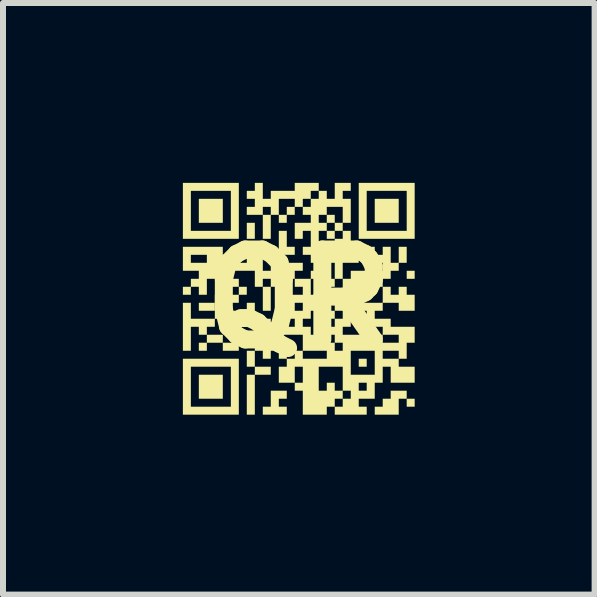
<source format=kicad_pcb>
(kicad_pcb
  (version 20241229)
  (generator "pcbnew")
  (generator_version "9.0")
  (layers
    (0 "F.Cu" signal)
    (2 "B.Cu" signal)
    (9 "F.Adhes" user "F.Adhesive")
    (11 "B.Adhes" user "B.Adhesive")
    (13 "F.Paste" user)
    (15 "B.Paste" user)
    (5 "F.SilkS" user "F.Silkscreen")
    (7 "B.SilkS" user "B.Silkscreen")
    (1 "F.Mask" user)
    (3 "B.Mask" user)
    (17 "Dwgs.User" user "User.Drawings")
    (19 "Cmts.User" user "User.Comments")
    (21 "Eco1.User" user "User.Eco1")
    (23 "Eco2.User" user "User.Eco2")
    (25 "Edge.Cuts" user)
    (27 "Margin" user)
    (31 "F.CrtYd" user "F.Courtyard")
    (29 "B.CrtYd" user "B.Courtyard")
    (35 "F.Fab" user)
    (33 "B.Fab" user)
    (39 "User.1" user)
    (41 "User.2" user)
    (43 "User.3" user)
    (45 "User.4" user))
  (footprint "QR"
    (layer "F.Cu")
    (at 1.933 1.933)
    (property "Reference" "QR" (at 0 0 0) (layer "F.SilkS") (effects (font (size 1.5 1.5) (thickness 0.3))))
    (attr board_only exclude_from_pos_files exclude_from_bom)
    (fp_poly (pts (xy -1.267 -1.467) (xy -1.267 -1.267) (xy -1.467 -1.267) (xy -1.667 -1.267) (xy -1.667 -1.467) (xy -1.667 -1.667) (xy -1.467 -1.667) (xy -1.267 -1.667)) (stroke (width 0) (type solid)) (fill yes) (layer "F.SilkS"))
    (fp_poly (pts (xy -1.267 1.467) (xy -1.267 1.667) (xy -1.467 1.667) (xy -1.667 1.667) (xy -1.667 1.467) (xy -1.667 1.267) (xy -1.467 1.267) (xy -1.267 1.267)) (stroke (width 0) (type solid)) (fill yes) (layer "F.SilkS"))
    (fp_poly (pts (xy -1 -0.267) (xy -1 -0.2) (xy -1.067 -0.2) (xy -1.133 -0.2) (xy -1.133 -0.267) (xy -1.133 -0.333) (xy -1.067 -0.333) (xy -1 -0.333)) (stroke (width 0) (type solid)) (fill yes) (layer "F.SilkS"))
    (fp_poly (pts (xy -1 0.267) (xy -1 0.333) (xy -1.067 0.333) (xy -1.133 0.333) (xy -1.133 0.267) (xy -1.133 0.2) (xy -1.067 0.2) (xy -1 0.2)) (stroke (width 0) (type solid)) (fill yes) (layer "F.SilkS"))
    (fp_poly (pts (xy -1 0.8) (xy -1 0.867) (xy -1.133 0.867) (xy -1.267 0.867) (xy -1.267 0.8) (xy -1.267 0.733) (xy -1.133 0.733) (xy -1 0.733)) (stroke (width 0) (type solid)) (fill yes) (layer "F.SilkS"))
    (fp_poly (pts (xy -0.733 -1.133) (xy -0.733 -1) (xy -0.8 -1) (xy -0.867 -1) (xy -0.867 -1.133) (xy -0.867 -1.267) (xy -0.8 -1.267) (xy -0.733 -1.267)) (stroke (width 0) (type solid)) (fill yes) (layer "F.SilkS"))
    (fp_poly (pts (xy -0.733 0.133) (xy -0.733 0.2) (xy -0.8 0.2) (xy -0.867 0.2) (xy -0.867 0.133) (xy -0.867 0.067) (xy -0.8 0.067) (xy -0.733 0.067)) (stroke (width 0) (type solid)) (fill yes) (layer "F.SilkS"))
    (fp_poly (pts (xy -0.467 0) (xy -0.467 0.2) (xy -0.533 0.2) (xy -0.6 0.2) (xy -0.6 0) (xy -0.6 -0.2) (xy -0.533 -0.2) (xy -0.467 -0.2)) (stroke (width 0) (type solid)) (fill yes) (layer "F.SilkS"))
    (fp_poly (pts (xy -0.2 -0.133) (xy -0.2 -0.067) (xy -0.267 -0.067) (xy -0.333 -0.067) (xy -0.333 -0.133) (xy -0.333 -0.2) (xy -0.267 -0.2) (xy -0.2 -0.2)) (stroke (width 0) (type solid)) (fill yes) (layer "F.SilkS"))
    (fp_poly (pts (xy -0.067 0.8) (xy -0.067 0.867) (xy -0.133 0.867) (xy -0.2 0.867) (xy -0.2 0.8) (xy -0.2 0.733) (xy -0.133 0.733) (xy -0.067 0.733)) (stroke (width 0) (type solid)) (fill yes) (layer "F.SilkS"))
    (fp_poly (pts (xy 0.6 -1.333) (xy 0.6 -1.267) (xy 0.533 -1.267) (xy 0.467 -1.267) (xy 0.467 -1.333) (xy 0.467 -1.4) (xy 0.533 -1.4) (xy 0.6 -1.4)) (stroke (width 0) (type solid)) (fill yes) (layer "F.SilkS"))
    (fp_poly (pts (xy 0.6 -1.067) (xy 0.6 -1) (xy 0.533 -1) (xy 0.467 -1) (xy 0.467 -1.067) (xy 0.467 -1.133) (xy 0.533 -1.133) (xy 0.6 -1.133)) (stroke (width 0) (type solid)) (fill yes) (layer "F.SilkS"))
    (fp_poly (pts (xy 0.6 -0.267) (xy 0.6 -0.2) (xy 0.533 -0.2) (xy 0.467 -0.2) (xy 0.467 -0.267) (xy 0.467 -0.333) (xy 0.533 -0.333) (xy 0.6 -0.333)) (stroke (width 0) (type solid)) (fill yes) (layer "F.SilkS"))
    (fp_poly (pts (xy 0.6 0.267) (xy 0.6 0.333) (xy 0.533 0.333) (xy 0.467 0.333) (xy 0.467 0.267) (xy 0.467 0.2) (xy 0.533 0.2) (xy 0.6 0.2)) (stroke (width 0) (type solid)) (fill yes) (layer "F.SilkS"))
    (fp_poly (pts (xy 1.133 1.067) (xy 1.133 1.133) (xy 1.067 1.133) (xy 1 1.133) (xy 1 1.067) (xy 1 1) (xy 1.067 1) (xy 1.133 1)) (stroke (width 0) (type solid)) (fill yes) (layer "F.SilkS"))
    (fp_poly (pts (xy 1.667 -1.467) (xy 1.667 -1.267) (xy 1.467 -1.267) (xy 1.267 -1.267) (xy 1.267 -1.467) (xy 1.267 -1.667) (xy 1.467 -1.667) (xy 1.667 -1.667)) (stroke (width 0) (type solid)) (fill yes) (layer "F.SilkS"))
    (fp_poly (pts (xy 1.933 -0.4) (xy 1.933 -0.333) (xy 1.867 -0.333) (xy 1.8 -0.333) (xy 1.8 -0.4) (xy 1.8 -0.467) (xy 1.867 -0.467) (xy 1.933 -0.467)) (stroke (width 0) (type solid)) (fill yes) (layer "F.SilkS"))
    (fp_poly (pts (xy 1.933 1.733) (xy 1.933 1.8) (xy 1.867 1.8) (xy 1.8 1.8) (xy 1.8 1.733) (xy 1.8 1.667) (xy 1.867 1.667) (xy 1.933 1.667)) (stroke (width 0) (type solid)) (fill yes) (layer "F.SilkS"))
    (fp_poly (pts (xy -0.2 -1) (xy -0.2 -0.867) (xy -0.133 -0.867) (xy -0.067 -0.867) (xy -0.067 -0.8) (xy -0.067 -0.733) (xy -0.2 -0.733) (xy -0.333 -0.733) (xy -0.333 -0.933) (xy -0.333 -1.133) (xy -0.267 -1.133) (xy -0.2 -1.133)) (stroke (width 0) (type solid)) (fill yes) (layer "F.SilkS"))
    (fp_poly (pts (xy -1.267 0.667) (xy -1.267 0.733) (xy -1.4 0.733) (xy -1.533 0.733) (xy -1.533 0.8) (xy -1.533 0.867) (xy -1.6 0.867) (xy -1.667 0.867) (xy -1.667 0.8) (xy -1.667 0.733) (xy -1.6 0.733) (xy -1.533 0.733) (xy -1.533 0.667) (xy -1.533 0.6) (xy -1.4 0.6) (xy -1.267 0.6)) (stroke (width 0) (type solid)) (fill yes) (layer "F.SilkS"))
    (fp_poly (pts (xy -0.467 1.2) (xy -0.467 1.267) (xy -0.6 1.267) (xy -0.733 1.267) (xy -0.733 1.6) (xy -0.733 1.933) (xy -0.8 1.933) (xy -0.867 1.933) (xy -0.867 1.6) (xy -0.867 1.267) (xy -0.8 1.267) (xy -0.733 1.267) (xy -0.733 1.2) (xy -0.733 1.133) (xy -0.6 1.133) (xy -0.467 1.133)) (stroke (width 0) (type solid)) (fill yes) (layer "F.SilkS"))
    (fp_poly (pts (xy -1 -1.467) (xy -1 -1) (xy -1.467 -1) (xy -1.933 -1) (xy -1.933 -1.467) (xy -1.8 -1.467) (xy -1.8 -1.133) (xy -1.467 -1.133) (xy -1.133 -1.133) (xy -1.133 -1.467) (xy -1.133 -1.8) (xy -1.467 -1.8) (xy -1.8 -1.8) (xy -1.8 -1.467) (xy -1.933 -1.467) (xy -1.933 -1.933) (xy -1.467 -1.933) (xy -1 -1.933)) (stroke (width 0) (type solid)) (fill yes) (layer "F.SilkS"))
    (fp_poly (pts (xy -1 1.467) (xy -1 1.933) (xy -1.467 1.933) (xy -1.933 1.933) (xy -1.933 1.467) (xy -1.8 1.467) (xy -1.8 1.8) (xy -1.467 1.8) (xy -1.133 1.8) (xy -1.133 1.467) (xy -1.133 1.133) (xy -1.467 1.133) (xy -1.8 1.133) (xy -1.8 1.467) (xy -1.933 1.467) (xy -1.933 1) (xy -1.467 1) (xy -1 1)) (stroke (width 0) (type solid)) (fill yes) (layer "F.SilkS"))
    (fp_poly (pts (xy 1.933 -1.467) (xy 1.933 -1) (xy 1.467 -1) (xy 1 -1) (xy 1 -1.467) (xy 1.133 -1.467) (xy 1.133 -1.133) (xy 1.467 -1.133) (xy 1.8 -1.133) (xy 1.8 -1.467) (xy 1.8 -1.8) (xy 1.467 -1.8) (xy 1.133 -1.8) (xy 1.133 -1.467) (xy 1 -1.467) (xy 1 -1.933) (xy 1.467 -1.933) (xy 1.933 -1.933)) (stroke (width 0) (type solid)) (fill yes) (layer "F.SilkS"))
    (fp_poly (pts (xy -0.2 1.6) (xy -0.2 1.667) (xy -0.267 1.667) (xy -0.333 1.667) (xy -0.333 1.733) (xy -0.333 1.8) (xy -0.267 1.8) (xy -0.2 1.8) (xy -0.2 1.867) (xy -0.2 1.933) (xy -0.4 1.933) (xy -0.6 1.933) (xy -0.6 1.867) (xy -0.6 1.8) (xy -0.533 1.8) (xy -0.467 1.8) (xy -0.467 1.667) (xy -0.467 1.533) (xy -0.333 1.533) (xy -0.2 1.533)) (stroke (width 0) (type solid)) (fill yes) (layer "F.SilkS"))
    (fp_poly (pts (xy 1.8 1.6) (xy 1.8 1.667) (xy 1.733 1.667) (xy 1.667 1.667) (xy 1.667 1.8) (xy 1.667 1.933) (xy 1.467 1.933) (xy 1.267 1.933) (xy 1.267 1.867) (xy 1.267 1.8) (xy 1.333 1.8) (xy 1.4 1.8) (xy 1.4 1.733) (xy 1.4 1.667) (xy 1.467 1.667) (xy 1.533 1.667) (xy 1.533 1.6) (xy 1.533 1.533) (xy 1.667 1.533) (xy 1.8 1.533)) (stroke (width 0) (type solid)) (fill yes) (layer "F.SilkS"))
    (fp_poly (pts (xy -1.8 0.2) (xy -1.8 0.333) (xy -1.6 0.333) (xy -1.4 0.333) (xy -1.4 0.267) (xy -1.4 0.2) (xy -1.333 0.2) (xy -1.267 0.2) (xy -1.267 0.267) (xy -1.267 0.333) (xy -1.333 0.333) (xy -1.4 0.333) (xy -1.4 0.4) (xy -1.4 0.467) (xy -1.467 0.467) (xy -1.533 0.467) (xy -1.533 0.533) (xy -1.533 0.6) (xy -1.6 0.6) (xy -1.667 0.6) (xy -1.667 0.533) (xy -1.667 0.467) (xy -1.733 0.467) (xy -1.8 0.467) (xy -1.8 0.667) (xy -1.8 0.867) (xy -1.867 0.867) (xy -1.933 0.867) (xy -1.933 0.467) (xy -1.933 0.067) (xy -1.867 0.067) (xy -1.8 0.067)) (stroke (width 0) (type solid)) (fill yes) (layer "F.SilkS"))
    (fp_poly (pts (xy -0.867 -0.133) (xy -0.867 -0.067) (xy -0.933 -0.067) (xy -1 -0.067) (xy -1 0) (xy -1 0.067) (xy -1.067 0.067) (xy -1.133 0.067) (xy -1.133 0.133) (xy -1.133 0.2) (xy -1.2 0.2) (xy -1.267 0.2) (xy -1.267 0.133) (xy -1.267 0.067) (xy -1.333 0.067) (xy -1.4 0.067) (xy -1.4 0.133) (xy -1.4 0.2) (xy -1.533 0.2) (xy -1.667 0.2) (xy -1.667 0.133) (xy -1.667 0.067) (xy -1.533 0.067) (xy -1.4 0.067) (xy -1.4 0) (xy -1.4 -0.067) (xy -1.333 -0.067) (xy -1.267 -0.067) (xy -1.267 0) (xy -1.267 0.067) (xy -1.2 0.067) (xy -1.133 0.067) (xy -1.133 0) (xy -1.133 -0.067) (xy -1.067 -0.067) (xy -1 -0.067) (xy -1 -0.133) (xy -1 -0.2) (xy -0.933 -0.2) (xy -0.867 -0.2)) (stroke (width 0) (type solid)) (fill yes) (layer "F.SilkS"))
    (fp_poly (pts (xy -0.6 -1.8) (xy -0.6 -1.667) (xy -0.533 -1.667) (xy -0.467 -1.667) (xy -0.467 -1.733) (xy -0.467 -1.8) (xy -0.267 -1.8) (xy -0.067 -1.8) (xy -0.067 -1.867) (xy -0.067 -1.933) (xy 0.133 -1.933) (xy 0.333 -1.933) (xy 0.333 -1.867) (xy 0.333 -1.8) (xy 0.267 -1.8) (xy 0.2 -1.8) (xy 0.2 -1.733) (xy 0.2 -1.667) (xy 0.133 -1.667) (xy 0.067 -1.667) (xy 0.067 -1.6) (xy 0.067 -1.533) (xy 0.133 -1.533) (xy 0.2 -1.533) (xy 0.2 -1.6) (xy 0.2 -1.667) (xy 0.267 -1.667) (xy 0.333 -1.667) (xy 0.333 -1.733) (xy 0.333 -1.8) (xy 0.4 -1.8) (xy 0.467 -1.8) (xy 0.467 -1.733) (xy 0.467 -1.667) (xy 0.533 -1.667) (xy 0.6 -1.667) (xy 0.6 -1.8) (xy 0.6 -1.933) (xy 0.733 -1.933) (xy 0.867 -1.933) (xy 0.867 -1.867) (xy 0.867 -1.8) (xy 0.8 -1.8) (xy 0.733 -1.8) (xy 0.733 -1.733) (xy 0.733 -1.667) (xy 0.8 -1.667) (xy 0.867 -1.667) (xy 0.867 -1.467) (xy 0.867 -1.267) (xy 0.8 -1.267) (xy 0.733 -1.267) (xy 0.733 -1.2) (xy 0.733 -1.133) (xy 0.667 -1.133) (xy 0.6 -1.133) (xy 0.6 -1.2) (xy 0.6 -1.267) (xy 0.667 -1.267) (xy 0.733 -1.267) (xy 0.733 -1.4) (xy 0.733 -1.533) (xy 0.6 -1.533) (xy 0.467 -1.533) (xy 0.467 -1.467) (xy 0.467 -1.4) (xy 0.4 -1.4) (xy 0.333 -1.4) (xy 0.333 -1.333) (xy 0.333 -1.267) (xy 0.4 -1.267) (xy 0.467 -1.267) (xy 0.467 -1.2) (xy 0.467 -1.133) (xy 0.4 -1.133) (xy 0.333 -1.133) (xy 0.333 -0.867) (xy 0.333 -0.6) (xy 0.4 -0.6) (xy 0.467 -0.6) (xy 0.467 -0.667) (xy 0.467 -0.733) (xy 0.6 -0.733) (xy 0.733 -0.733) (xy 0.733 -0.8) (xy 0.733 -0.867) (xy 0.667 -0.867) (xy 0.6 -0.867) (xy 0.6 -0.933) (xy 0.6 -1) (xy 0.667 -1) (xy 0.733 -1) (xy 0.733 -1.067) (xy 0.733 -1.133) (xy 0.8 -1.133) (xy 0.867 -1.133) (xy 0.867 -1) (xy 0.867 -0.867) (xy 0.933 -0.867) (xy 1 -0.867) (xy 1 -0.733) (xy 1 -0.6) (xy 0.867 -0.6) (xy 0.733 -0.6) (xy 0.733 -0.467) (xy 0.733 -0.333) (xy 0.8 -0.333) (xy 0.867 -0.333) (xy 0.867 -0.4) (xy 0.867 -0.467) (xy 1 -0.467) (xy 1.133 -0.467) (xy 1.133 -0.533) (xy 1.267 -0.533) (xy 1.267 -0.467) (xy 1.333 -0.467) (xy 1.4 -0.467) (xy 1.4 -0.533) (xy 1.4 -0.6) (xy 1.333 -0.6) (xy 1.267 -0.6) (xy 1.267 -0.533) (xy 1.133 -0.533) (xy 1.133 -0.667) (xy 1.133 -0.867) (xy 1.2 -0.867) (xy 1.267 -0.867) (xy 1.267 -0.8) (xy 1.267 -0.733) (xy 1.333 -0.733) (xy 1.4 -0.733) (xy 1.4 -0.8) (xy 1.4 -0.867) (xy 1.467 -0.867) (xy 1.533 -0.867) (xy 1.533 -0.733) (xy 1.533 -0.6) (xy 1.6 -0.6) (xy 1.667 -0.6) (xy 1.667 -0.733) (xy 1.667 -0.867) (xy 1.733 -0.867) (xy 1.8 -0.867) (xy 1.8 -0.733) (xy 1.8 -0.6) (xy 1.733 -0.6) (xy 1.667 -0.6) (xy 1.667 -0.533) (xy 1.667 -0.467) (xy 1.6 -0.467) (xy 1.533 -0.467) (xy 1.533 -0.4) (xy 1.533 -0.333) (xy 1.467 -0.333) (xy 1.4 -0.333) (xy 1.4 -0.267) (xy 1.4 -0.2) (xy 1.2 -0.2) (xy 1 -0.2) (xy 1 -0.133) (xy 1 -0.067) (xy 0.867 -0.067) (xy 0.733 -0.067) (xy 0.733 -0.2) (xy 0.733 -0.333) (xy 0.667 -0.333) (xy 0.6 -0.333) (xy 0.6 -0.467) (xy 0.6 -0.6) (xy 0.533 -0.6) (xy 0.467 -0.6) (xy 0.467 -0.467) (xy 0.467 -0.333) (xy 0.333 -0.333) (xy 0.2 -0.333) (xy 0.2 -0.2) (xy 0.2 -0.067) (xy 0.467 -0.067) (xy 0.733 -0.067) (xy 0.733 0) (xy 0.733 0.067) (xy 0.8 0.067) (xy 0.867 0.067) (xy 0.867 0.267) (xy 0.867 0.467) (xy 0.8 0.467) (xy 0.733 0.467) (xy 0.733 0.533) (xy 0.733 0.6) (xy 1.067 0.6) (xy 1.4 0.6) (xy 1.4 0.533) (xy 1.4 0.467) (xy 1.267 0.467) (xy 1.133 0.467) (xy 1.133 0.333) (xy 1.133 0.2) (xy 1.067 0.2) (xy 1 0.2) (xy 1 0.133) (xy 1 0.067) (xy 1.2 0.067) (xy 1.4 0.067) (xy 1.4 -0.067) (xy 1.4 -0.2) (xy 1.467 -0.2) (xy 1.533 -0.2) (xy 1.533 -0.133) (xy 1.533 -0.067) (xy 1.6 -0.067) (xy 1.667 -0.067) (xy 1.667 -0.133) (xy 1.667 -0.2) (xy 1.733 -0.2) (xy 1.8 -0.2) (xy 1.8 -0.133) (xy 1.8 -0.067) (xy 1.867 -0.067) (xy 1.933 -0.067) (xy 1.933 0.067) (xy 1.933 0.2) (xy 1.8 0.2) (xy 1.667 0.2) (xy 1.667 0.133) (xy 1.667 0.067) (xy 1.533 0.067) (xy 1.4 0.067) (xy 1.4 0.133) (xy 1.4 0.2) (xy 1.333 0.2) (xy 1.267 0.2) (xy 1.267 0.267) (xy 1.267 0.333) (xy 1.4 0.333) (xy 1.533 0.333) (xy 1.533 0.4) (xy 1.533 0.467) (xy 1.733 0.467) (xy 1.933 0.467) (xy 1.933 0.6) (xy 1.933 0.733) (xy 1.867 0.733) (xy 1.8 0.733) (xy 1.8 0.867) (xy 1.8 1) (xy 1.733 1) (xy 1.667 1) (xy 1.667 1.067) (xy 1.667 1.133) (xy 1.8 1.133) (xy 1.933 1.133) (xy 1.933 1.267) (xy 1.933 1.4) (xy 1.733 1.4) (xy 1.533 1.4) (xy 1.533 1.267) (xy 1.533 1.133) (xy 1.467 1.133) (xy 1.4 1.133) (xy 1.4 1.267) (xy 1.4 1.4) (xy 1.333 1.4) (xy 1.267 1.4) (xy 1.267 1.533) (xy 1.267 1.667) (xy 1.133 1.667) (xy 1 1.667) (xy 1 1.733) (xy 1 1.8) (xy 1.067 1.8) (xy 1.133 1.8) (xy 1.133 1.867) (xy 1.133 1.933) (xy 0.867 1.933) (xy 0.6 1.933) (xy 0.6 1.867) (xy 0.6 1.8) (xy 0.533 1.8) (xy 0.467 1.8) (xy 0.467 1.867) (xy 0.467 1.933) (xy 0.267 1.933) (xy 0.067 1.933) (xy 0.067 1.733) (xy 0.067 1.667) (xy 0.6 1.667) (xy 0.6 1.733) (xy 0.6 1.8) (xy 0.667 1.8) (xy 0.733 1.8) (xy 0.733 1.733) (xy 0.733 1.667) (xy 0.8 1.667) (xy 0.867 1.667) (xy 0.867 1.6) (xy 0.867 1.533) (xy 0.8 1.533) (xy 0.733 1.533) (xy 0.733 1.6) (xy 0.733 1.667) (xy 0.667 1.667) (xy 0.6 1.667) (xy 0.067 1.667) (xy 0.067 1.533) (xy 0 1.533) (xy -0.067 1.533) (xy -0.067 1.467) (xy -0.067 1.4) (xy -0.2 1.4) (xy -0.333 1.4) (xy -0.333 1.267) (xy -0.067 1.267) (xy -0.067 1.4) (xy 0 1.4) (xy 0.067 1.4) (xy 0.067 1.333) (xy 0.333 1.333) (xy 0.333 1.533) (xy 0.4 1.533) (xy 0.467 1.533) (xy 0.467 1.467) (xy 0.467 1.4) (xy 0.533 1.4) (xy 0.6 1.4) (xy 0.6 1.467) (xy 0.6 1.533) (xy 0.667 1.533) (xy 0.733 1.533) (xy 0.733 1.467) (xy 1 1.467) (xy 1 1.533) (xy 1.067 1.533) (xy 1.133 1.533) (xy 1.133 1.467) (xy 1.133 1.4) (xy 1.067 1.4) (xy 1 1.4) (xy 1 1.467) (xy 0.733 1.467) (xy 0.733 1.333) (xy 0.733 1.133) (xy 0.533 1.133) (xy 0.333 1.133) (xy 0.333 1.333) (xy 0.067 1.333) (xy 0.067 1.267) (xy 0.067 1.133) (xy 0 1.133) (xy -0.067 1.133) (xy -0.067 1.267) (xy -0.333 1.267) (xy -0.333 1.133) (xy -0.267 1.133) (xy -0.2 1.133) (xy -0.2 1.067) (xy 0.867 1.067) (xy 0.867 1.267) (xy 1.067 1.267) (xy 1.267 1.267) (xy 1.267 1.067) (xy 1.267 0.933) (xy 1.4 0.933) (xy 1.4 1) (xy 1.533 1) (xy 1.667 1) (xy 1.667 0.933) (xy 1.667 0.867) (xy 1.533 0.867) (xy 1.4 0.867) (xy 1.4 0.933) (xy 1.267 0.933) (xy 1.267 0.867) (xy 1.067 0.867) (xy 0.867 0.867) (xy 0.867 1.067) (xy -0.2 1.067) (xy -0.2 1) (xy -0.267 1) (xy -0.333 1) (xy -0.333 0.933) (xy -0.333 0.867) (xy -0.267 0.867) (xy -0.2 0.867) (xy -0.2 0.933) (xy -0.2 1) (xy -0.133 1) (xy -0.067 1) (xy -0.067 0.933) (xy 0.067 0.933) (xy 0.067 1) (xy 0.267 1) (xy 0.467 1) (xy 0.467 0.933) (xy 0.467 0.867) (xy 0.267 0.867) (xy 0.067 0.867) (xy 0.067 0.933) (xy -0.067 0.933) (xy -0.067 0.867) (xy 0 0.867) (xy 0.067 0.867) (xy 0.067 0.8) (xy 0.6 0.8) (xy 0.6 0.867) (xy 0.667 0.867) (xy 0.733 0.867) (xy 0.733 0.8) (xy 0.733 0.733) (xy 0.667 0.733) (xy 0.6 0.733) (xy 0.6 0.8) (xy 0.067 0.8) (xy 0.067 0.733) (xy 0.067 0.667) (xy 0.333 0.667) (xy 0.333 0.733) (xy 0.467 0.733) (xy 0.6 0.733) (xy 0.6 0.667) (xy 1.4 0.667) (xy 1.4 0.733) (xy 1.533 0.733) (xy 1.667 0.733) (xy 1.667 0.667) (xy 1.667 0.6) (xy 1.533 0.6) (xy 1.4 0.6) (xy 1.4 0.667) (xy 0.6 0.667) (xy 0.6 0.6) (xy 0.467 0.6) (xy 0.333 0.6) (xy 0.333 0.667) (xy 0.067 0.667) (xy 0.067 0.6) (xy -0.133 0.6) (xy -0.333 0.6) (xy -0.333 0.733) (xy -0.333 0.867) (xy -0.4 0.867) (xy -0.467 0.867) (xy -0.467 0.933) (xy -0.467 1) (xy -0.533 1) (xy -0.6 1) (xy -0.6 0.933) (xy -0.6 0.867) (xy -0.667 0.867) (xy -0.733 0.867) (xy -0.733 1) (xy -0.733 1.133) (xy -0.8 1.133) (xy -0.867 1.133) (xy -0.867 1) (xy -0.867 0.867) (xy -0.8 0.867) (xy -0.733 0.867) (xy -0.733 0.8) (xy -0.733 0.733) (xy -0.8 0.733) (xy -0.867 0.733) (xy -0.867 0.667) (xy -0.733 0.667) (xy -0.733 0.733) (xy -0.6 0.733) (xy -0.467 0.733) (xy -0.467 0.667) (xy -0.467 0.6) (xy -0.6 0.6) (xy -0.733 0.6) (xy -0.733 0.667) (xy -0.867 0.667) (xy -0.867 0.6) (xy -0.8 0.6) (xy -0.733 0.6) (xy -0.733 0.533) (xy -0.733 0.467) (xy -0.867 0.467) (xy -1 0.467) (xy -1 0.533) (xy -1 0.6) (xy -1.067 0.6) (xy -1.133 0.6) (xy -1.133 0.533) (xy -1.133 0.467) (xy -1.2 0.467) (xy -1.267 0.467) (xy -1.267 0.4) (xy -1.267 0.333) (xy -1.2 0.333) (xy -1.133 0.333) (xy -1.133 0.4) (xy -1.133 0.467) (xy -1.067 0.467) (xy -1 0.467) (xy -1 0.4) (xy -1 0.333) (xy -0.733 0.333) (xy -0.467 0.333) (xy -0.467 0.4) (xy -0.467 0.467) (xy -0.267 0.467) (xy -0.067 0.467) (xy -0.067 0.4) (xy -0.067 0.333) (xy 0.067 0.333) (xy 0.067 0.4) (xy 0.067 0.467) (xy 0.133 0.467) (xy 0.2 0.467) (xy 0.2 0.533) (xy 0.2 0.6) (xy 0.267 0.6) (xy 0.333 0.6) (xy 0.333 0.533) (xy 0.333 0.467) (xy 0.467 0.467) (xy 0.6 0.467) (xy 0.6 0.4) (xy 0.6 0.333) (xy 0.667 0.333) (xy 0.733 0.333) (xy 0.733 0.267) (xy 0.733 0.2) (xy 0.667 0.2) (xy 0.6 0.2) (xy 0.6 0.133) (xy 0.6 0.067) (xy 0.467 0.067) (xy 0.333 0.067) (xy 0.333 0.133) (xy 0.333 0.2) (xy 0.267 0.2) (xy 0.2 0.2) (xy 0.2 0.267) (xy 0.2 0.333) (xy 0.133 0.333) (xy 0.067 0.333) (xy -0.067 0.333) (xy -0.2 0.333) (xy -0.333 0.333) (xy -0.333 0.2) (xy -0.333 0.133) (xy -0.067 0.133) (xy -0.067 0.2) (xy 0 0.2) (xy 0.067 0.2) (xy 0.067 0.133) (xy 0.067 0.067) (xy 0 0.067) (xy -0.067 0.067) (xy -0.067 0.133) (xy -0.333 0.133) (xy -0.333 0.067) (xy -0.267 0.067) (xy -0.2 0.067) (xy -0.2 0) (xy -0.2 -0.067) (xy -0.067 -0.067) (xy 0.067 -0.067) (xy 0.067 -0.133) (xy 0.067 -0.2) (xy 0 -0.2) (xy -0.067 -0.2) (xy -0.067 -0.267) (xy -0.067 -0.333) (xy -0.133 -0.333) (xy -0.2 -0.333) (xy -0.2 -0.4) (xy -0.2 -0.467) (xy -0.267 -0.467) (xy -0.333 -0.467) (xy -0.333 -0.333) (xy -0.333 -0.2) (xy -0.4 -0.2) (xy -0.467 -0.2) (xy -0.467 -0.267) (xy -0.467 -0.333) (xy -0.533 -0.333) (xy -0.6 -0.333) (xy -0.6 -0.267) (xy -0.6 -0.2) (xy -0.667 -0.2) (xy -0.733 -0.2) (xy -0.733 -0.333) (xy -0.733 -0.467) (xy -0.933 -0.467) (xy -1.133 -0.467) (xy -1.133 -0.4) (xy -1.133 -0.333) (xy -1.333 -0.333) (xy -1.533 -0.333) (xy -1.533 -0.2) (xy -1.533 -0.067) (xy -1.6 -0.067) (xy -1.667 -0.067) (xy -1.667 -0.133) (xy -1.667 -0.2) (xy -1.733 -0.2) (xy -1.8 -0.2) (xy -1.8 -0.133) (xy -1.8 -0.067) (xy -1.867 -0.067) (xy -1.933 -0.067) (xy -1.933 -0.133) (xy -1.933 -0.2) (xy -1.867 -0.2) (xy -1.8 -0.2) (xy -1.8 -0.267) (xy -1.8 -0.333) (xy -1.733 -0.333) (xy -1.667 -0.333) (xy -1.667 -0.4) (xy -1.667 -0.467) (xy -1.8 -0.467) (xy -1.933 -0.467) (xy -1.933 -0.667) (xy -1.8 -0.667) (xy -1.8 -0.6) (xy -1.667 -0.6) (xy -1.533 -0.6) (xy -1.533 -0.667) (xy -1.133 -0.667) (xy -1.133 -0.6) (xy -1 -0.6) (xy -0.867 -0.6) (xy -0.867 -0.667) (xy -0.867 -0.733) (xy -1 -0.733) (xy -1.133 -0.733) (xy -1.133 -0.667) (xy -1.533 -0.667) (xy -1.533 -0.733) (xy -1.667 -0.733) (xy -1.8 -0.733) (xy -1.8 -0.667) (xy -1.933 -0.667) (xy -1.933 -0.867) (xy -1.6 -0.867) (xy -1.267 -0.867) (xy -1.267 -0.8) (xy -1.267 -0.733) (xy -1.2 -0.733) (xy -1.133 -0.733) (xy -1.133 -0.8) (xy -1.133 -0.867) (xy -0.8 -0.867) (xy -0.467 -0.867) (xy -0.467 -0.8) (xy -0.467 -0.733) (xy -0.533 -0.733) (xy -0.6 -0.733) (xy -0.6 -0.6) (xy -0.6 -0.467) (xy -0.533 -0.467) (xy -0.467 -0.467) (xy -0.467 -0.533) (xy -0.467 -0.6) (xy -0.2 -0.6) (xy 0.067 -0.6) (xy 0.067 -0.533) (xy 0.067 -0.467) (xy 0 -0.467) (xy -0.067 -0.467) (xy -0.067 -0.4) (xy -0.067 -0.333) (xy 0.067 -0.333) (xy 0.2 -0.333) (xy 0.2 -0.4) (xy 0.2 -0.467) (xy 0.267 -0.467) (xy 0.333 -0.467) (xy 0.333 -0.533) (xy 0.333 -0.6) (xy 0.267 -0.6) (xy 0.2 -0.6) (xy 0.2 -0.667) (xy 0.2 -0.733) (xy 0.133 -0.733) (xy 0.067 -0.733) (xy 0.067 -0.8) (xy 0.067 -0.867) (xy 0.133 -0.867) (xy 0.2 -0.867) (xy 0.2 -1) (xy 0.2 -1.133) (xy 0.133 -1.133) (xy 0.067 -1.133) (xy 0.067 -1.067) (xy 0.067 -1) (xy 0 -1) (xy -0.067 -1) (xy -0.067 -1.133) (xy -0.067 -1.267) (xy 0.067 -1.267) (xy 0.2 -1.267) (xy 0.2 -1.333) (xy 0.2 -1.4) (xy 0.133 -1.4) (xy 0.067 -1.4) (xy 0.067 -1.467) (xy 0.067 -1.533) (xy 0 -1.533) (xy -0.067 -1.533) (xy -0.067 -1.467) (xy -0.067 -1.4) (xy -0.133 -1.4) (xy -0.2 -1.4) (xy -0.2 -1.333) (xy -0.2 -1.267) (xy -0.267 -1.267) (xy -0.333 -1.267) (xy -0.333 -1.333) (xy -0.333 -1.4) (xy -0.4 -1.4) (xy -0.467 -1.4) (xy -0.467 -1.2) (xy -0.467 -1) (xy -0.533 -1) (xy -0.6 -1) (xy -0.6 -1.2) (xy -0.6 -1.4) (xy -0.733 -1.4) (xy -0.867 -1.4) (xy -0.867 -1.467) (xy -0.6 -1.467) (xy -0.6 -1.4) (xy -0.533 -1.4) (xy -0.467 -1.4) (xy -0.467 -1.467) (xy -0.467 -1.533) (xy -0.333 -1.533) (xy -0.333 -1.4) (xy -0.267 -1.4) (xy -0.2 -1.4) (xy -0.2 -1.467) (xy -0.2 -1.533) (xy -0.133 -1.533) (xy -0.067 -1.533) (xy -0.067 -1.6) (xy -0.067 -1.667) (xy -0.2 -1.667) (xy -0.333 -1.667) (xy -0.333 -1.533) (xy -0.467 -1.533) (xy -0.533 -1.533) (xy -0.6 -1.533) (xy -0.6 -1.467) (xy -0.867 -1.467) (xy -0.867 -1.533) (xy -0.8 -1.533) (xy -0.733 -1.533) (xy -0.733 -1.6) (xy -0.733 -1.667) (xy -0.8 -1.667) (xy -0.867 -1.667) (xy -0.867 -1.733) (xy -0.867 -1.8) (xy -0.8 -1.8) (xy -0.733 -1.8) (xy -0.733 -1.867) (xy -0.733 -1.933) (xy -0.667 -1.933) (xy -0.6 -1.933)) (stroke (width 0) (type solid)) (fill yes) (layer "F.SilkS")))
  (gr_rect
    (start -3 -3)
    (end 6.867 6.867)
    (stroke (width 0.1) (type default))
    (fill no)
    (layer "Edge.Cuts")))
</source>
